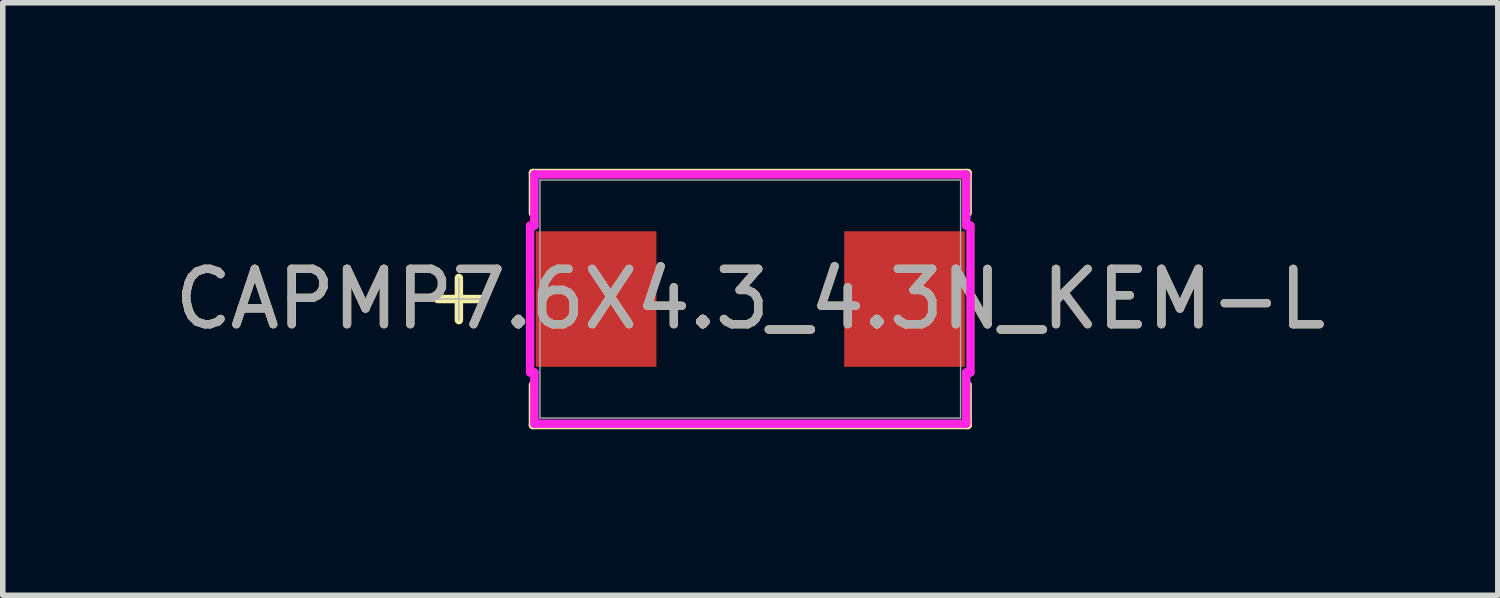
<source format=kicad_pcb>
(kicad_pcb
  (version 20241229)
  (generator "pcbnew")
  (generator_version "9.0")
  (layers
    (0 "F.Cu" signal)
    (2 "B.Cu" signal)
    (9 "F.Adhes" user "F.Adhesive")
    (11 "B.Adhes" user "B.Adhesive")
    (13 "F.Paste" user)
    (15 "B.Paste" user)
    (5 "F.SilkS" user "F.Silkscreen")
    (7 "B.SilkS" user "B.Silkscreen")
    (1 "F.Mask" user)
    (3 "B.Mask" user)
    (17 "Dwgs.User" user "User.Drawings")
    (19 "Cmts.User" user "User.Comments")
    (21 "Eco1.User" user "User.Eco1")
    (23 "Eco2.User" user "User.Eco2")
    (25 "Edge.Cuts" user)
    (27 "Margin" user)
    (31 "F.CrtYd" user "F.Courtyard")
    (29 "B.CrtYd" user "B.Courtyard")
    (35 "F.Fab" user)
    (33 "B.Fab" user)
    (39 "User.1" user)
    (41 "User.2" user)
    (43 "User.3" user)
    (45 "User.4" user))
  (footprint "CAPMP7.6X4.3_4.3N_KEM-L"
    (layer "F.Cu")
    (at 10.506 2.353)
    (property "Reference" "CAPMP7.6X4.3_4.3N_KEM-L" (at 0 0 0) (unlocked yes) (layer "F.SilkS") (effects (font (size 1 1) (thickness 0.15))))
    (attr smd)
    (fp_line (start -5.265 -0.381) (end -5.265 0.381) (stroke (width 0.152) (type solid)) (layer "F.SilkS"))
    (fp_line (start -4.884 0) (end -5.646 0) (stroke (width 0.152) (type solid)) (layer "F.SilkS"))
    (fp_line (start -3.927 -2.277) (end -3.927 -1.553) (stroke (width 0.152) (type solid)) (layer "F.SilkS"))
    (fp_line (start -3.927 1.553) (end -3.927 2.277) (stroke (width 0.152) (type solid)) (layer "F.SilkS"))
    (fp_line (start -3.927 2.277) (end 3.927 2.277) (stroke (width 0.152) (type solid)) (layer "F.SilkS"))
    (fp_line (start 3.927 -2.277) (end -3.927 -2.277) (stroke (width 0.152) (type solid)) (layer "F.SilkS"))
    (fp_line (start 3.927 -1.553) (end 3.927 -2.277) (stroke (width 0.152) (type solid)) (layer "F.SilkS"))
    (fp_line (start 3.927 2.277) (end 3.927 1.553) (stroke (width 0.152) (type solid)) (layer "F.SilkS"))
    (fp_line (start -3.978 -1.326) (end -3.902 -1.326) (stroke (width 0.152) (type solid)) (layer "F.CrtYd"))
    (fp_line (start -3.978 1.326) (end -3.978 -1.326) (stroke (width 0.152) (type solid)) (layer "F.CrtYd"))
    (fp_line (start -3.902 -2.252) (end 3.902 -2.252) (stroke (width 0.152) (type solid)) (layer "F.CrtYd"))
    (fp_line (start -3.902 -1.326) (end -3.902 -2.252) (stroke (width 0.152) (type solid)) (layer "F.CrtYd"))
    (fp_line (start -3.902 1.326) (end -3.978 1.326) (stroke (width 0.152) (type solid)) (layer "F.CrtYd"))
    (fp_line (start -3.902 2.252) (end -3.902 1.326) (stroke (width 0.152) (type solid)) (layer "F.CrtYd"))
    (fp_line (start 3.902 -2.252) (end 3.902 -1.326) (stroke (width 0.152) (type solid)) (layer "F.CrtYd"))
    (fp_line (start 3.902 -1.326) (end 3.978 -1.326) (stroke (width 0.152) (type solid)) (layer "F.CrtYd"))
    (fp_line (start 3.902 1.326) (end 3.902 2.252) (stroke (width 0.152) (type solid)) (layer "F.CrtYd"))
    (fp_line (start 3.902 2.252) (end -3.902 2.252) (stroke (width 0.152) (type solid)) (layer "F.CrtYd"))
    (fp_line (start 3.978 -1.326) (end 3.978 1.326) (stroke (width 0.152) (type solid)) (layer "F.CrtYd"))
    (fp_line (start 3.978 1.326) (end 3.902 1.326) (stroke (width 0.152) (type solid)) (layer "F.CrtYd"))
    (fp_line (start -5.265 -0.381) (end -5.265 0.381) (stroke (width 0.025) (type solid)) (layer "F.Fab"))
    (fp_line (start -4.884 0) (end -5.646 0) (stroke (width 0.025) (type solid)) (layer "F.Fab"))
    (fp_line (start -3.8 -2.15) (end -3.8 2.15) (stroke (width 0.025) (type solid)) (layer "F.Fab"))
    (fp_line (start -3.8 2.15) (end 3.8 2.15) (stroke (width 0.025) (type solid)) (layer "F.Fab"))
    (fp_line (start 3.8 -2.15) (end -3.8 -2.15) (stroke (width 0.025) (type solid)) (layer "F.Fab"))
    (fp_line (start 3.8 2.15) (end 3.8 -2.15) (stroke (width 0.025) (type solid)) (layer "F.Fab"))
    (fp_text user "${REFERENCE}" (at 0 0 0) (unlocked yes) (layer "F.Fab") (effects (font (size 1 1) (thickness 0.15))))
    (pad "1" smd rect (at -2.786 0 90) (size 2.449 2.179) (layers "F.Cu" "F.Mask" "F.Paste"))
    (pad "2" smd rect (at 2.786 0 90) (size 2.449 2.179) (layers "F.Cu" "F.Mask" "F.Paste"))
    (zone (net_name "") (layer "F.Cu") (hatch full 0.508) (connect_pads) (min_thickness 0.254) (filled_areas_thickness no) (keepout (tracks not_allowed) (vias not_allowed) (pads allowed) (copperpour not_allowed) (footprints allowed)) (placement (enabled no)) (fill) (polygon (pts (xy 6.757 0.254) (xy 14.255 0.254) (xy 14.255 1.052) (xy 6.757 1.052))))
    (zone (net_name "") (layer "F.Cu") (hatch full 0.508) (connect_pads) (min_thickness 0.254) (filled_areas_thickness no) (keepout (tracks not_allowed) (vias not_allowed) (pads allowed) (copperpour not_allowed) (footprints allowed)) (placement (enabled no)) (fill) (polygon (pts (xy 6.757 3.654) (xy 14.255 3.654) (xy 14.255 4.452) (xy 6.757 4.452))))
    (zone (net_name "") (layer "F.Cu") (hatch full 0.508) (connect_pads) (min_thickness 0.254) (filled_areas_thickness no) (keepout (tracks not_allowed) (vias not_allowed) (pads allowed) (copperpour not_allowed) (footprints allowed)) (placement (enabled no)) (fill) (polygon (pts (xy 8.56 1.052) (xy 12.452 1.052) (xy 12.452 3.654) (xy 8.56 3.654)))))
  (gr_rect
    (start -3 -3)
    (end 24.012 7.706)
    (stroke (width 0.1) (type default))
    (fill no)
    (layer "Edge.Cuts")))
</source>
